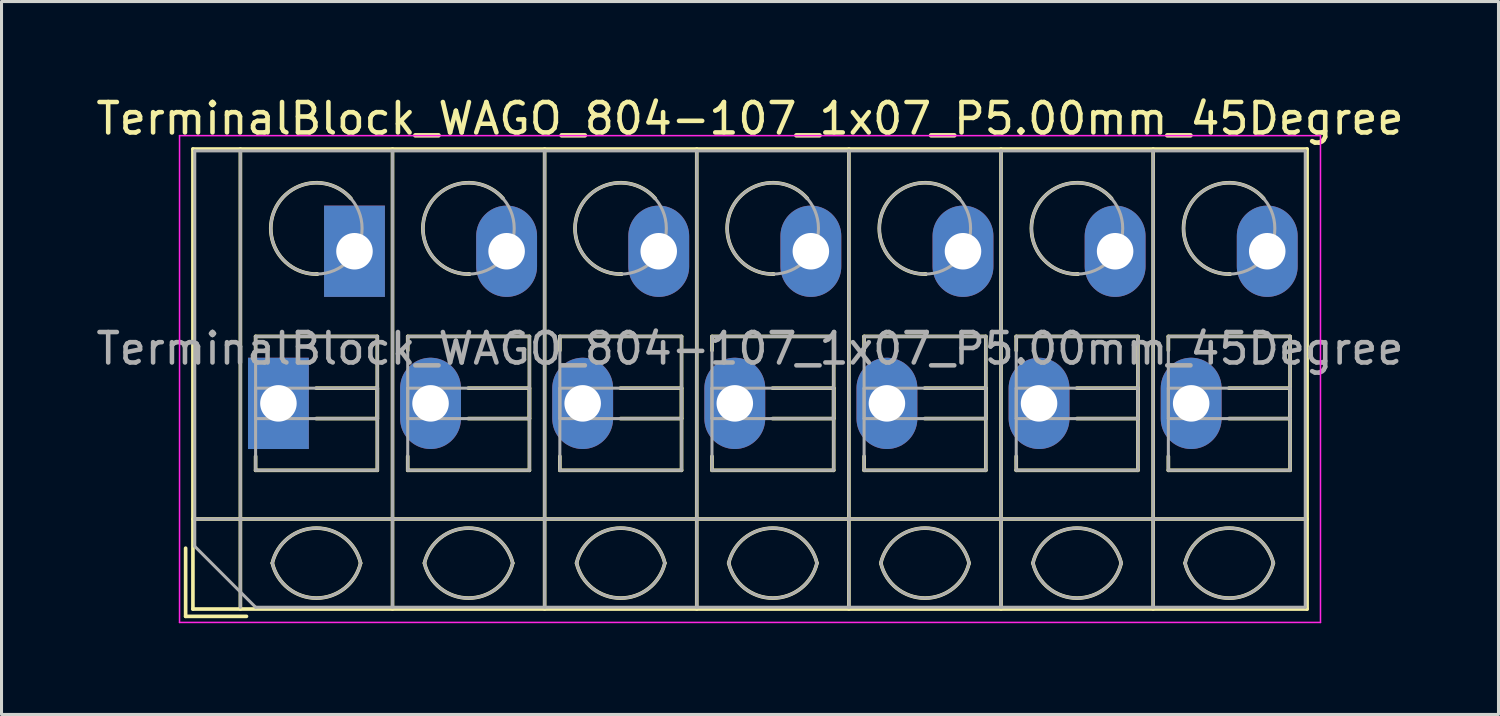
<source format=kicad_pcb>
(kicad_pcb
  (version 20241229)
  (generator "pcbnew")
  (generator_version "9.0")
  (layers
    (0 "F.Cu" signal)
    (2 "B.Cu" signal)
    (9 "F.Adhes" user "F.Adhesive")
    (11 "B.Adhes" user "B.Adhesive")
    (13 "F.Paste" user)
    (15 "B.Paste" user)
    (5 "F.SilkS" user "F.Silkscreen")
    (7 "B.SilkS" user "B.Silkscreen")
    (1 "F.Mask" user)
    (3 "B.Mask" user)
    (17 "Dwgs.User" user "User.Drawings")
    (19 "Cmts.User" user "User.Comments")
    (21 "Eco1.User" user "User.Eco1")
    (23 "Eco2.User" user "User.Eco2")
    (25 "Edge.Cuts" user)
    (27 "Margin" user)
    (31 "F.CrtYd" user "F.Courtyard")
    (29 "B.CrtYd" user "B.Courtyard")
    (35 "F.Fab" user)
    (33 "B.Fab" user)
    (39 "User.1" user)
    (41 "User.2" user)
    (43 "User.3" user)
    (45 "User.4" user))
  (footprint "TerminalBlock_WAGO_804-107_1x07_P5.00mm_45Degree"
    (layer "F.Cu")
    (at 6.101 10.208)
    (property "Reference" "TerminalBlock_WAGO_804-107_1x07_P5.00mm_45Degree" (at 15.5 -9.36 0) (layer "F.SilkS") (effects (font (size 1 1) (thickness 0.15))))
    (attr through_hole)
    (fp_line (start -3.05 4.76) (end -3.05 7) (stroke (width 0.12) (type solid)) (layer "F.SilkS"))
    (fp_line (start -3.05 7) (end -1.05 7) (stroke (width 0.12) (type solid)) (layer "F.SilkS"))
    (fp_line (start -2.81 -8.361) (end -2.81 6.76) (stroke (width 0.12) (type solid)) (layer "F.SilkS"))
    (fp_line (start -2.81 -8.361) (end 33.81 -8.361) (stroke (width 0.12) (type solid)) (layer "F.SilkS"))
    (fp_line (start -2.81 3.8) (end 33.81 3.8) (stroke (width 0.12) (type solid)) (layer "F.SilkS"))
    (fp_line (start -2.81 6.76) (end 33.81 6.76) (stroke (width 0.12) (type solid)) (layer "F.SilkS"))
    (fp_line (start -1.25 -8.361) (end -1.25 6.76) (stroke (width 0.12) (type solid)) (layer "F.SilkS"))
    (fp_line (start -0.75 -2.2) (end -0.75 -1.74) (stroke (width 0.12) (type solid)) (layer "F.SilkS"))
    (fp_line (start -0.75 -2.2) (end 3.25 -2.2) (stroke (width 0.12) (type solid)) (layer "F.SilkS"))
    (fp_line (start -0.75 1.74) (end -0.75 2.2) (stroke (width 0.12) (type solid)) (layer "F.SilkS"))
    (fp_line (start -0.75 2.2) (end 3.25 2.2) (stroke (width 0.12) (type solid)) (layer "F.SilkS"))
    (fp_line (start 1.24 -0.5) (end 3.25 -0.5) (stroke (width 0.12) (type solid)) (layer "F.SilkS"))
    (fp_line (start 1.24 0.5) (end 3.25 0.5) (stroke (width 0.12) (type solid)) (layer "F.SilkS"))
    (fp_line (start 3.25 -2.2) (end 3.25 2.2) (stroke (width 0.12) (type solid)) (layer "F.SilkS"))
    (fp_line (start 3.25 -0.5) (end 3.25 0.5) (stroke (width 0.12) (type solid)) (layer "F.SilkS"))
    (fp_line (start 3.75 -8.361) (end 3.75 6.76) (stroke (width 0.12) (type solid)) (layer "F.SilkS"))
    (fp_line (start 4.25 -2.2) (end 4.25 -1.74) (stroke (width 0.12) (type solid)) (layer "F.SilkS"))
    (fp_line (start 4.25 -2.2) (end 8.25 -2.2) (stroke (width 0.12) (type solid)) (layer "F.SilkS"))
    (fp_line (start 4.25 1.74) (end 4.25 2.2) (stroke (width 0.12) (type solid)) (layer "F.SilkS"))
    (fp_line (start 4.25 2.2) (end 8.25 2.2) (stroke (width 0.12) (type solid)) (layer "F.SilkS"))
    (fp_line (start 6.24 -0.5) (end 8.25 -0.5) (stroke (width 0.12) (type solid)) (layer "F.SilkS"))
    (fp_line (start 6.24 0.5) (end 8.25 0.5) (stroke (width 0.12) (type solid)) (layer "F.SilkS"))
    (fp_line (start 8.25 -2.2) (end 8.25 2.2) (stroke (width 0.12) (type solid)) (layer "F.SilkS"))
    (fp_line (start 8.25 -0.5) (end 8.25 0.5) (stroke (width 0.12) (type solid)) (layer "F.SilkS"))
    (fp_line (start 8.75 -8.361) (end 8.75 6.76) (stroke (width 0.12) (type solid)) (layer "F.SilkS"))
    (fp_line (start 9.25 -2.2) (end 9.25 -1.74) (stroke (width 0.12) (type solid)) (layer "F.SilkS"))
    (fp_line (start 9.25 -2.2) (end 13.25 -2.2) (stroke (width 0.12) (type solid)) (layer "F.SilkS"))
    (fp_line (start 9.25 1.74) (end 9.25 2.2) (stroke (width 0.12) (type solid)) (layer "F.SilkS"))
    (fp_line (start 9.25 2.2) (end 13.25 2.2) (stroke (width 0.12) (type solid)) (layer "F.SilkS"))
    (fp_line (start 11.24 -0.5) (end 13.25 -0.5) (stroke (width 0.12) (type solid)) (layer "F.SilkS"))
    (fp_line (start 11.24 0.5) (end 13.25 0.5) (stroke (width 0.12) (type solid)) (layer "F.SilkS"))
    (fp_line (start 13.25 -2.2) (end 13.25 2.2) (stroke (width 0.12) (type solid)) (layer "F.SilkS"))
    (fp_line (start 13.25 -0.5) (end 13.25 0.5) (stroke (width 0.12) (type solid)) (layer "F.SilkS"))
    (fp_line (start 13.75 -8.361) (end 13.75 6.76) (stroke (width 0.12) (type solid)) (layer "F.SilkS"))
    (fp_line (start 14.25 -2.2) (end 14.25 -1.74) (stroke (width 0.12) (type solid)) (layer "F.SilkS"))
    (fp_line (start 14.25 -2.2) (end 18.25 -2.2) (stroke (width 0.12) (type solid)) (layer "F.SilkS"))
    (fp_line (start 14.25 1.74) (end 14.25 2.2) (stroke (width 0.12) (type solid)) (layer "F.SilkS"))
    (fp_line (start 14.25 2.2) (end 18.25 2.2) (stroke (width 0.12) (type solid)) (layer "F.SilkS"))
    (fp_line (start 16.24 -0.5) (end 18.25 -0.5) (stroke (width 0.12) (type solid)) (layer "F.SilkS"))
    (fp_line (start 16.24 0.5) (end 18.25 0.5) (stroke (width 0.12) (type solid)) (layer "F.SilkS"))
    (fp_line (start 18.25 -2.2) (end 18.25 2.2) (stroke (width 0.12) (type solid)) (layer "F.SilkS"))
    (fp_line (start 18.25 -0.5) (end 18.25 0.5) (stroke (width 0.12) (type solid)) (layer "F.SilkS"))
    (fp_line (start 18.75 -8.361) (end 18.75 6.76) (stroke (width 0.12) (type solid)) (layer "F.SilkS"))
    (fp_line (start 19.25 -2.2) (end 19.25 -1.74) (stroke (width 0.12) (type solid)) (layer "F.SilkS"))
    (fp_line (start 19.25 -2.2) (end 23.25 -2.2) (stroke (width 0.12) (type solid)) (layer "F.SilkS"))
    (fp_line (start 19.25 1.74) (end 19.25 2.2) (stroke (width 0.12) (type solid)) (layer "F.SilkS"))
    (fp_line (start 19.25 2.2) (end 23.25 2.2) (stroke (width 0.12) (type solid)) (layer "F.SilkS"))
    (fp_line (start 21.24 -0.5) (end 23.25 -0.5) (stroke (width 0.12) (type solid)) (layer "F.SilkS"))
    (fp_line (start 21.24 0.5) (end 23.25 0.5) (stroke (width 0.12) (type solid)) (layer "F.SilkS"))
    (fp_line (start 23.25 -2.2) (end 23.25 2.2) (stroke (width 0.12) (type solid)) (layer "F.SilkS"))
    (fp_line (start 23.25 -0.5) (end 23.25 0.5) (stroke (width 0.12) (type solid)) (layer "F.SilkS"))
    (fp_line (start 23.75 -8.361) (end 23.75 6.76) (stroke (width 0.12) (type solid)) (layer "F.SilkS"))
    (fp_line (start 24.25 -2.2) (end 24.25 -1.74) (stroke (width 0.12) (type solid)) (layer "F.SilkS"))
    (fp_line (start 24.25 -2.2) (end 28.25 -2.2) (stroke (width 0.12) (type solid)) (layer "F.SilkS"))
    (fp_line (start 24.25 1.74) (end 24.25 2.2) (stroke (width 0.12) (type solid)) (layer "F.SilkS"))
    (fp_line (start 24.25 2.2) (end 28.25 2.2) (stroke (width 0.12) (type solid)) (layer "F.SilkS"))
    (fp_line (start 26.24 -0.5) (end 28.25 -0.5) (stroke (width 0.12) (type solid)) (layer "F.SilkS"))
    (fp_line (start 26.24 0.5) (end 28.25 0.5) (stroke (width 0.12) (type solid)) (layer "F.SilkS"))
    (fp_line (start 28.25 -2.2) (end 28.25 2.2) (stroke (width 0.12) (type solid)) (layer "F.SilkS"))
    (fp_line (start 28.25 -0.5) (end 28.25 0.5) (stroke (width 0.12) (type solid)) (layer "F.SilkS"))
    (fp_line (start 28.75 -8.361) (end 28.75 6.76) (stroke (width 0.12) (type solid)) (layer "F.SilkS"))
    (fp_line (start 29.25 -2.2) (end 29.25 -1.74) (stroke (width 0.12) (type solid)) (layer "F.SilkS"))
    (fp_line (start 29.25 -2.2) (end 33.25 -2.2) (stroke (width 0.12) (type solid)) (layer "F.SilkS"))
    (fp_line (start 29.25 1.74) (end 29.25 2.2) (stroke (width 0.12) (type solid)) (layer "F.SilkS"))
    (fp_line (start 29.25 2.2) (end 33.25 2.2) (stroke (width 0.12) (type solid)) (layer "F.SilkS"))
    (fp_line (start 31.24 -0.5) (end 33.25 -0.5) (stroke (width 0.12) (type solid)) (layer "F.SilkS"))
    (fp_line (start 31.24 0.5) (end 33.25 0.5) (stroke (width 0.12) (type solid)) (layer "F.SilkS"))
    (fp_line (start 33.25 -2.2) (end 33.25 2.2) (stroke (width 0.12) (type solid)) (layer "F.SilkS"))
    (fp_line (start 33.25 -0.5) (end 33.25 0.5) (stroke (width 0.12) (type solid)) (layer "F.SilkS"))
    (fp_line (start 33.81 -8.361) (end 33.81 6.76) (stroke (width 0.12) (type solid)) (layer "F.SilkS"))
    (fp_arc (start -0.200865 5.250424) (mid 1.250296 4.099926) (end 2.701 5.251) (stroke (width 0.12) (type solid)) (layer "F.SilkS"))
    (fp_arc (start 1.276179 -4.250228) (mid 1.26309 -4.250057) (end 1.25 -4.25) (stroke (width 0.12) (type solid)) (layer "F.SilkS"))
    (fp_arc (start 1.276275 -4.248926) (mid -0.121539 -6.360568) (end 2.383 -6.735) (stroke (width 0.12) (type solid)) (layer "F.SilkS"))
    (fp_arc (start 2.7 5.25) (mid 1.250068 6.400101) (end -0.199969 5.250133) (stroke (width 0.12) (type solid)) (layer "F.SilkS"))
    (fp_arc (start 4.799135 5.250424) (mid 6.250296 4.099926) (end 7.701 5.251) (stroke (width 0.12) (type solid)) (layer "F.SilkS"))
    (fp_arc (start 6.276179 -4.250228) (mid 6.26309 -4.250057) (end 6.25 -4.25) (stroke (width 0.12) (type solid)) (layer "F.SilkS"))
    (fp_arc (start 6.276275 -4.248926) (mid 4.878461 -6.360568) (end 7.383 -6.735) (stroke (width 0.12) (type solid)) (layer "F.SilkS"))
    (fp_arc (start 7.7 5.25) (mid 6.250068 6.400101) (end 4.800031 5.250133) (stroke (width 0.12) (type solid)) (layer "F.SilkS"))
    (fp_arc (start 9.799135 5.250424) (mid 11.250296 4.099926) (end 12.701 5.251) (stroke (width 0.12) (type solid)) (layer "F.SilkS"))
    (fp_arc (start 11.276179 -4.250228) (mid 11.26309 -4.250057) (end 11.25 -4.25) (stroke (width 0.12) (type solid)) (layer "F.SilkS"))
    (fp_arc (start 11.276275 -4.248926) (mid 9.878461 -6.360568) (end 12.383 -6.735) (stroke (width 0.12) (type solid)) (layer "F.SilkS"))
    (fp_arc (start 12.7 5.25) (mid 11.250068 6.400101) (end 9.800031 5.250133) (stroke (width 0.12) (type solid)) (layer "F.SilkS"))
    (fp_arc (start 14.799135 5.250424) (mid 16.250296 4.099926) (end 17.701 5.251) (stroke (width 0.12) (type solid)) (layer "F.SilkS"))
    (fp_arc (start 16.276179 -4.250228) (mid 16.26309 -4.250057) (end 16.25 -4.25) (stroke (width 0.12) (type solid)) (layer "F.SilkS"))
    (fp_arc (start 16.276275 -4.248926) (mid 14.878461 -6.360568) (end 17.383 -6.735) (stroke (width 0.12) (type solid)) (layer "F.SilkS"))
    (fp_arc (start 17.7 5.25) (mid 16.250068 6.400101) (end 14.800031 5.250133) (stroke (width 0.12) (type solid)) (layer "F.SilkS"))
    (fp_arc (start 19.799135 5.250424) (mid 21.250296 4.099926) (end 22.701 5.251) (stroke (width 0.12) (type solid)) (layer "F.SilkS"))
    (fp_arc (start 21.276179 -4.250228) (mid 21.26309 -4.250057) (end 21.25 -4.25) (stroke (width 0.12) (type solid)) (layer "F.SilkS"))
    (fp_arc (start 21.276275 -4.248926) (mid 19.878461 -6.360568) (end 22.383 -6.735) (stroke (width 0.12) (type solid)) (layer "F.SilkS"))
    (fp_arc (start 22.7 5.25) (mid 21.250068 6.400101) (end 19.800031 5.250133) (stroke (width 0.12) (type solid)) (layer "F.SilkS"))
    (fp_arc (start 24.799135 5.250424) (mid 26.250296 4.099926) (end 27.701 5.251) (stroke (width 0.12) (type solid)) (layer "F.SilkS"))
    (fp_arc (start 26.276179 -4.250228) (mid 26.26309 -4.250057) (end 26.25 -4.25) (stroke (width 0.12) (type solid)) (layer "F.SilkS"))
    (fp_arc (start 26.276275 -4.248926) (mid 24.878461 -6.360568) (end 27.383 -6.735) (stroke (width 0.12) (type solid)) (layer "F.SilkS"))
    (fp_arc (start 27.7 5.25) (mid 26.250068 6.400101) (end 24.800031 5.250133) (stroke (width 0.12) (type solid)) (layer "F.SilkS"))
    (fp_arc (start 29.799135 5.250424) (mid 31.250296 4.099926) (end 32.701 5.251) (stroke (width 0.12) (type solid)) (layer "F.SilkS"))
    (fp_arc (start 31.276179 -4.250228) (mid 31.26309 -4.250057) (end 31.25 -4.25) (stroke (width 0.12) (type solid)) (layer "F.SilkS"))
    (fp_arc (start 31.276275 -4.248926) (mid 29.878461 -6.360568) (end 32.383 -6.735) (stroke (width 0.12) (type solid)) (layer "F.SilkS"))
    (fp_arc (start 32.701 5.25) (mid 31.250296 6.401074) (end 29.799135 5.250576) (stroke (width 0.12) (type solid)) (layer "F.SilkS"))
    (fp_line (start -3.25 -8.8) (end -3.25 7.2) (stroke (width 0.05) (type solid)) (layer "F.CrtYd"))
    (fp_line (start -3.25 7.2) (end 34.25 7.2) (stroke (width 0.05) (type solid)) (layer "F.CrtYd"))
    (fp_line (start 34.25 -8.8) (end -3.25 -8.8) (stroke (width 0.05) (type solid)) (layer "F.CrtYd"))
    (fp_line (start 34.25 7.2) (end 34.25 -8.8) (stroke (width 0.05) (type solid)) (layer "F.CrtYd"))
    (fp_line (start -2.75 -8.3) (end 33.75 -8.3) (stroke (width 0.1) (type solid)) (layer "F.Fab"))
    (fp_line (start -2.75 3.8) (end 33.75 3.8) (stroke (width 0.1) (type solid)) (layer "F.Fab"))
    (fp_line (start -2.75 4.7) (end -2.75 -8.3) (stroke (width 0.1) (type solid)) (layer "F.Fab"))
    (fp_line (start -1.25 -8.3) (end -1.25 6.7) (stroke (width 0.1) (type solid)) (layer "F.Fab"))
    (fp_line (start -0.75 -2.2) (end -0.75 2.2) (stroke (width 0.1) (type solid)) (layer "F.Fab"))
    (fp_line (start -0.75 -0.5) (end -0.75 0.5) (stroke (width 0.1) (type solid)) (layer "F.Fab"))
    (fp_line (start -0.75 0.5) (end 3.25 0.5) (stroke (width 0.1) (type solid)) (layer "F.Fab"))
    (fp_line (start -0.75 2.2) (end 3.25 2.2) (stroke (width 0.1) (type solid)) (layer "F.Fab"))
    (fp_line (start -0.75 6.7) (end -2.75 4.7) (stroke (width 0.1) (type solid)) (layer "F.Fab"))
    (fp_line (start 3.25 -2.2) (end -0.75 -2.2) (stroke (width 0.1) (type solid)) (layer "F.Fab"))
    (fp_line (start 3.25 -0.5) (end -0.75 -0.5) (stroke (width 0.1) (type solid)) (layer "F.Fab"))
    (fp_line (start 3.25 0.5) (end 3.25 -0.5) (stroke (width 0.1) (type solid)) (layer "F.Fab"))
    (fp_line (start 3.25 2.2) (end 3.25 -2.2) (stroke (width 0.1) (type solid)) (layer "F.Fab"))
    (fp_line (start 3.75 -8.3) (end 3.75 6.7) (stroke (width 0.1) (type solid)) (layer "F.Fab"))
    (fp_line (start 4.25 -2.2) (end 4.25 2.2) (stroke (width 0.1) (type solid)) (layer "F.Fab"))
    (fp_line (start 4.25 -0.5) (end 4.25 0.5) (stroke (width 0.1) (type solid)) (layer "F.Fab"))
    (fp_line (start 4.25 0.5) (end 8.25 0.5) (stroke (width 0.1) (type solid)) (layer "F.Fab"))
    (fp_line (start 4.25 2.2) (end 8.25 2.2) (stroke (width 0.1) (type solid)) (layer "F.Fab"))
    (fp_line (start 8.25 -2.2) (end 4.25 -2.2) (stroke (width 0.1) (type solid)) (layer "F.Fab"))
    (fp_line (start 8.25 -0.5) (end 4.25 -0.5) (stroke (width 0.1) (type solid)) (layer "F.Fab"))
    (fp_line (start 8.25 0.5) (end 8.25 -0.5) (stroke (width 0.1) (type solid)) (layer "F.Fab"))
    (fp_line (start 8.25 2.2) (end 8.25 -2.2) (stroke (width 0.1) (type solid)) (layer "F.Fab"))
    (fp_line (start 8.75 -8.3) (end 8.75 6.7) (stroke (width 0.1) (type solid)) (layer "F.Fab"))
    (fp_line (start 9.25 -2.2) (end 9.25 2.2) (stroke (width 0.1) (type solid)) (layer "F.Fab"))
    (fp_line (start 9.25 -0.5) (end 9.25 0.5) (stroke (width 0.1) (type solid)) (layer "F.Fab"))
    (fp_line (start 9.25 0.5) (end 13.25 0.5) (stroke (width 0.1) (type solid)) (layer "F.Fab"))
    (fp_line (start 9.25 2.2) (end 13.25 2.2) (stroke (width 0.1) (type solid)) (layer "F.Fab"))
    (fp_line (start 13.25 -2.2) (end 9.25 -2.2) (stroke (width 0.1) (type solid)) (layer "F.Fab"))
    (fp_line (start 13.25 -0.5) (end 9.25 -0.5) (stroke (width 0.1) (type solid)) (layer "F.Fab"))
    (fp_line (start 13.25 0.5) (end 13.25 -0.5) (stroke (width 0.1) (type solid)) (layer "F.Fab"))
    (fp_line (start 13.25 2.2) (end 13.25 -2.2) (stroke (width 0.1) (type solid)) (layer "F.Fab"))
    (fp_line (start 13.75 -8.3) (end 13.75 6.7) (stroke (width 0.1) (type solid)) (layer "F.Fab"))
    (fp_line (start 14.25 -2.2) (end 14.25 2.2) (stroke (width 0.1) (type solid)) (layer "F.Fab"))
    (fp_line (start 14.25 -0.5) (end 14.25 0.5) (stroke (width 0.1) (type solid)) (layer "F.Fab"))
    (fp_line (start 14.25 0.5) (end 18.25 0.5) (stroke (width 0.1) (type solid)) (layer "F.Fab"))
    (fp_line (start 14.25 2.2) (end 18.25 2.2) (stroke (width 0.1) (type solid)) (layer "F.Fab"))
    (fp_line (start 18.25 -2.2) (end 14.25 -2.2) (stroke (width 0.1) (type solid)) (layer "F.Fab"))
    (fp_line (start 18.25 -0.5) (end 14.25 -0.5) (stroke (width 0.1) (type solid)) (layer "F.Fab"))
    (fp_line (start 18.25 0.5) (end 18.25 -0.5) (stroke (width 0.1) (type solid)) (layer "F.Fab"))
    (fp_line (start 18.25 2.2) (end 18.25 -2.2) (stroke (width 0.1) (type solid)) (layer "F.Fab"))
    (fp_line (start 18.75 -8.3) (end 18.75 6.7) (stroke (width 0.1) (type solid)) (layer "F.Fab"))
    (fp_line (start 19.25 -2.2) (end 19.25 2.2) (stroke (width 0.1) (type solid)) (layer "F.Fab"))
    (fp_line (start 19.25 -0.5) (end 19.25 0.5) (stroke (width 0.1) (type solid)) (layer "F.Fab"))
    (fp_line (start 19.25 0.5) (end 23.25 0.5) (stroke (width 0.1) (type solid)) (layer "F.Fab"))
    (fp_line (start 19.25 2.2) (end 23.25 2.2) (stroke (width 0.1) (type solid)) (layer "F.Fab"))
    (fp_line (start 23.25 -2.2) (end 19.25 -2.2) (stroke (width 0.1) (type solid)) (layer "F.Fab"))
    (fp_line (start 23.25 -0.5) (end 19.25 -0.5) (stroke (width 0.1) (type solid)) (layer "F.Fab"))
    (fp_line (start 23.25 0.5) (end 23.25 -0.5) (stroke (width 0.1) (type solid)) (layer "F.Fab"))
    (fp_line (start 23.25 2.2) (end 23.25 -2.2) (stroke (width 0.1) (type solid)) (layer "F.Fab"))
    (fp_line (start 23.75 -8.3) (end 23.75 6.7) (stroke (width 0.1) (type solid)) (layer "F.Fab"))
    (fp_line (start 24.25 -2.2) (end 24.25 2.2) (stroke (width 0.1) (type solid)) (layer "F.Fab"))
    (fp_line (start 24.25 -0.5) (end 24.25 0.5) (stroke (width 0.1) (type solid)) (layer "F.Fab"))
    (fp_line (start 24.25 0.5) (end 28.25 0.5) (stroke (width 0.1) (type solid)) (layer "F.Fab"))
    (fp_line (start 24.25 2.2) (end 28.25 2.2) (stroke (width 0.1) (type solid)) (layer "F.Fab"))
    (fp_line (start 28.25 -2.2) (end 24.25 -2.2) (stroke (width 0.1) (type solid)) (layer "F.Fab"))
    (fp_line (start 28.25 -0.5) (end 24.25 -0.5) (stroke (width 0.1) (type solid)) (layer "F.Fab"))
    (fp_line (start 28.25 0.5) (end 28.25 -0.5) (stroke (width 0.1) (type solid)) (layer "F.Fab"))
    (fp_line (start 28.25 2.2) (end 28.25 -2.2) (stroke (width 0.1) (type solid)) (layer "F.Fab"))
    (fp_line (start 28.75 -8.3) (end 28.75 6.7) (stroke (width 0.1) (type solid)) (layer "F.Fab"))
    (fp_line (start 29.25 -2.2) (end 29.25 2.2) (stroke (width 0.1) (type solid)) (layer "F.Fab"))
    (fp_line (start 29.25 -0.5) (end 29.25 0.5) (stroke (width 0.1) (type solid)) (layer "F.Fab"))
    (fp_line (start 29.25 0.5) (end 33.25 0.5) (stroke (width 0.1) (type solid)) (layer "F.Fab"))
    (fp_line (start 29.25 2.2) (end 33.25 2.2) (stroke (width 0.1) (type solid)) (layer "F.Fab"))
    (fp_line (start 33.25 -2.2) (end 29.25 -2.2) (stroke (width 0.1) (type solid)) (layer "F.Fab"))
    (fp_line (start 33.25 -0.5) (end 29.25 -0.5) (stroke (width 0.1) (type solid)) (layer "F.Fab"))
    (fp_line (start 33.25 0.5) (end 33.25 -0.5) (stroke (width 0.1) (type solid)) (layer "F.Fab"))
    (fp_line (start 33.25 2.2) (end 33.25 -2.2) (stroke (width 0.1) (type solid)) (layer "F.Fab"))
    (fp_line (start 33.75 -8.3) (end 33.75 6.7) (stroke (width 0.1) (type solid)) (layer "F.Fab"))
    (fp_line (start 33.75 6.7) (end -0.75 6.7) (stroke (width 0.1) (type solid)) (layer "F.Fab"))
    (fp_arc (start -0.200865 5.250424) (mid 1.250296 4.099926) (end 2.701 5.251) (stroke (width 0.1) (type solid)) (layer "F.Fab"))
    (fp_arc (start 2.7 5.25) (mid 1.250068 6.400101) (end -0.199969 5.250133) (stroke (width 0.1) (type solid)) (layer "F.Fab"))
    (fp_arc (start 4.799135 5.250424) (mid 6.250296 4.099926) (end 7.701 5.251) (stroke (width 0.1) (type solid)) (layer "F.Fab"))
    (fp_arc (start 7.7 5.25) (mid 6.250068 6.400101) (end 4.800031 5.250133) (stroke (width 0.1) (type solid)) (layer "F.Fab"))
    (fp_arc (start 9.799135 5.250424) (mid 11.250296 4.099926) (end 12.701 5.251) (stroke (width 0.1) (type solid)) (layer "F.Fab"))
    (fp_arc (start 12.7 5.25) (mid 11.250068 6.400101) (end 9.800031 5.250133) (stroke (width 0.1) (type solid)) (layer "F.Fab"))
    (fp_arc (start 14.799135 5.250424) (mid 16.250296 4.099926) (end 17.701 5.251) (stroke (width 0.1) (type solid)) (layer "F.Fab"))
    (fp_arc (start 17.7 5.25) (mid 16.250068 6.400101) (end 14.800031 5.250133) (stroke (width 0.1) (type solid)) (layer "F.Fab"))
    (fp_arc (start 19.799135 5.250424) (mid 21.250296 4.099926) (end 22.701 5.251) (stroke (width 0.1) (type solid)) (layer "F.Fab"))
    (fp_arc (start 22.7 5.25) (mid 21.250068 6.400101) (end 19.800031 5.250133) (stroke (width 0.1) (type solid)) (layer "F.Fab"))
    (fp_arc (start 24.799135 5.250424) (mid 26.250296 4.099926) (end 27.701 5.251) (stroke (width 0.1) (type solid)) (layer "F.Fab"))
    (fp_arc (start 27.7 5.25) (mid 26.250068 6.400101) (end 24.800031 5.250133) (stroke (width 0.1) (type solid)) (layer "F.Fab"))
    (fp_arc (start 29.799135 5.250424) (mid 31.250296 4.099926) (end 32.701 5.251) (stroke (width 0.1) (type solid)) (layer "F.Fab"))
    (fp_arc (start 32.701 5.25) (mid 31.250296 6.401074) (end 29.799135 5.250576) (stroke (width 0.1) (type solid)) (layer "F.Fab"))
    (fp_circle (center 1.25 -5.75) (end 2.75 -5.75) (stroke (width 0.1) (type solid)) (fill no) (layer "F.Fab"))
    (fp_circle (center 6.25 -5.75) (end 7.75 -5.75) (stroke (width 0.1) (type solid)) (fill no) (layer "F.Fab"))
    (fp_circle (center 11.25 -5.75) (end 12.75 -5.75) (stroke (width 0.1) (type solid)) (fill no) (layer "F.Fab"))
    (fp_circle (center 16.25 -5.75) (end 17.75 -5.75) (stroke (width 0.1) (type solid)) (fill no) (layer "F.Fab"))
    (fp_circle (center 21.25 -5.75) (end 22.75 -5.75) (stroke (width 0.1) (type solid)) (fill no) (layer "F.Fab"))
    (fp_circle (center 26.25 -5.75) (end 27.75 -5.75) (stroke (width 0.1) (type solid)) (fill no) (layer "F.Fab"))
    (fp_circle (center 31.25 -5.75) (end 32.75 -5.75) (stroke (width 0.1) (type solid)) (fill no) (layer "F.Fab"))
    (fp_text user "${REFERENCE}" (at 15.5 -1.8 0) (layer "F.Fab") (effects (font (size 1 1) (thickness 0.15))))
    (pad "1" thru_hole rect (at 0 0) (size 2 3) (drill 1.2) (layers "*.Cu" "*.Mask"))
    (pad "1" thru_hole rect (at 2.5 -5) (size 2 3) (drill 1.2) (layers "*.Cu" "*.Mask"))
    (pad "2" thru_hole oval (at 5 0) (size 2 3) (drill 1.2) (layers "*.Cu" "*.Mask"))
    (pad "2" thru_hole oval (at 7.5 -5) (size 2 3) (drill 1.2) (layers "*.Cu" "*.Mask"))
    (pad "3" thru_hole oval (at 10 0) (size 2 3) (drill 1.2) (layers "*.Cu" "*.Mask"))
    (pad "3" thru_hole oval (at 12.5 -5) (size 2 3) (drill 1.2) (layers "*.Cu" "*.Mask"))
    (pad "4" thru_hole oval (at 15 0) (size 2 3) (drill 1.2) (layers "*.Cu" "*.Mask"))
    (pad "4" thru_hole oval (at 17.5 -5) (size 2 3) (drill 1.2) (layers "*.Cu" "*.Mask"))
    (pad "5" thru_hole oval (at 20 0) (size 2 3) (drill 1.2) (layers "*.Cu" "*.Mask"))
    (pad "5" thru_hole oval (at 22.5 -5) (size 2 3) (drill 1.2) (layers "*.Cu" "*.Mask"))
    (pad "6" thru_hole oval (at 25 0) (size 2 3) (drill 1.2) (layers "*.Cu" "*.Mask"))
    (pad "6" thru_hole oval (at 27.5 -5) (size 2 3) (drill 1.2) (layers "*.Cu" "*.Mask"))
    (pad "7" thru_hole oval (at 30 0) (size 2 3) (drill 1.2) (layers "*.Cu" "*.Mask"))
    (pad "7" thru_hole oval (at 32.5 -5) (size 2 3) (drill 1.2) (layers "*.Cu" "*.Mask")))
  (gr_rect
    (start -3 -3)
    (end 46.202 20.433)
    (stroke (width 0.1) (type default))
    (fill no)
    (layer "Edge.Cuts")))
</source>
